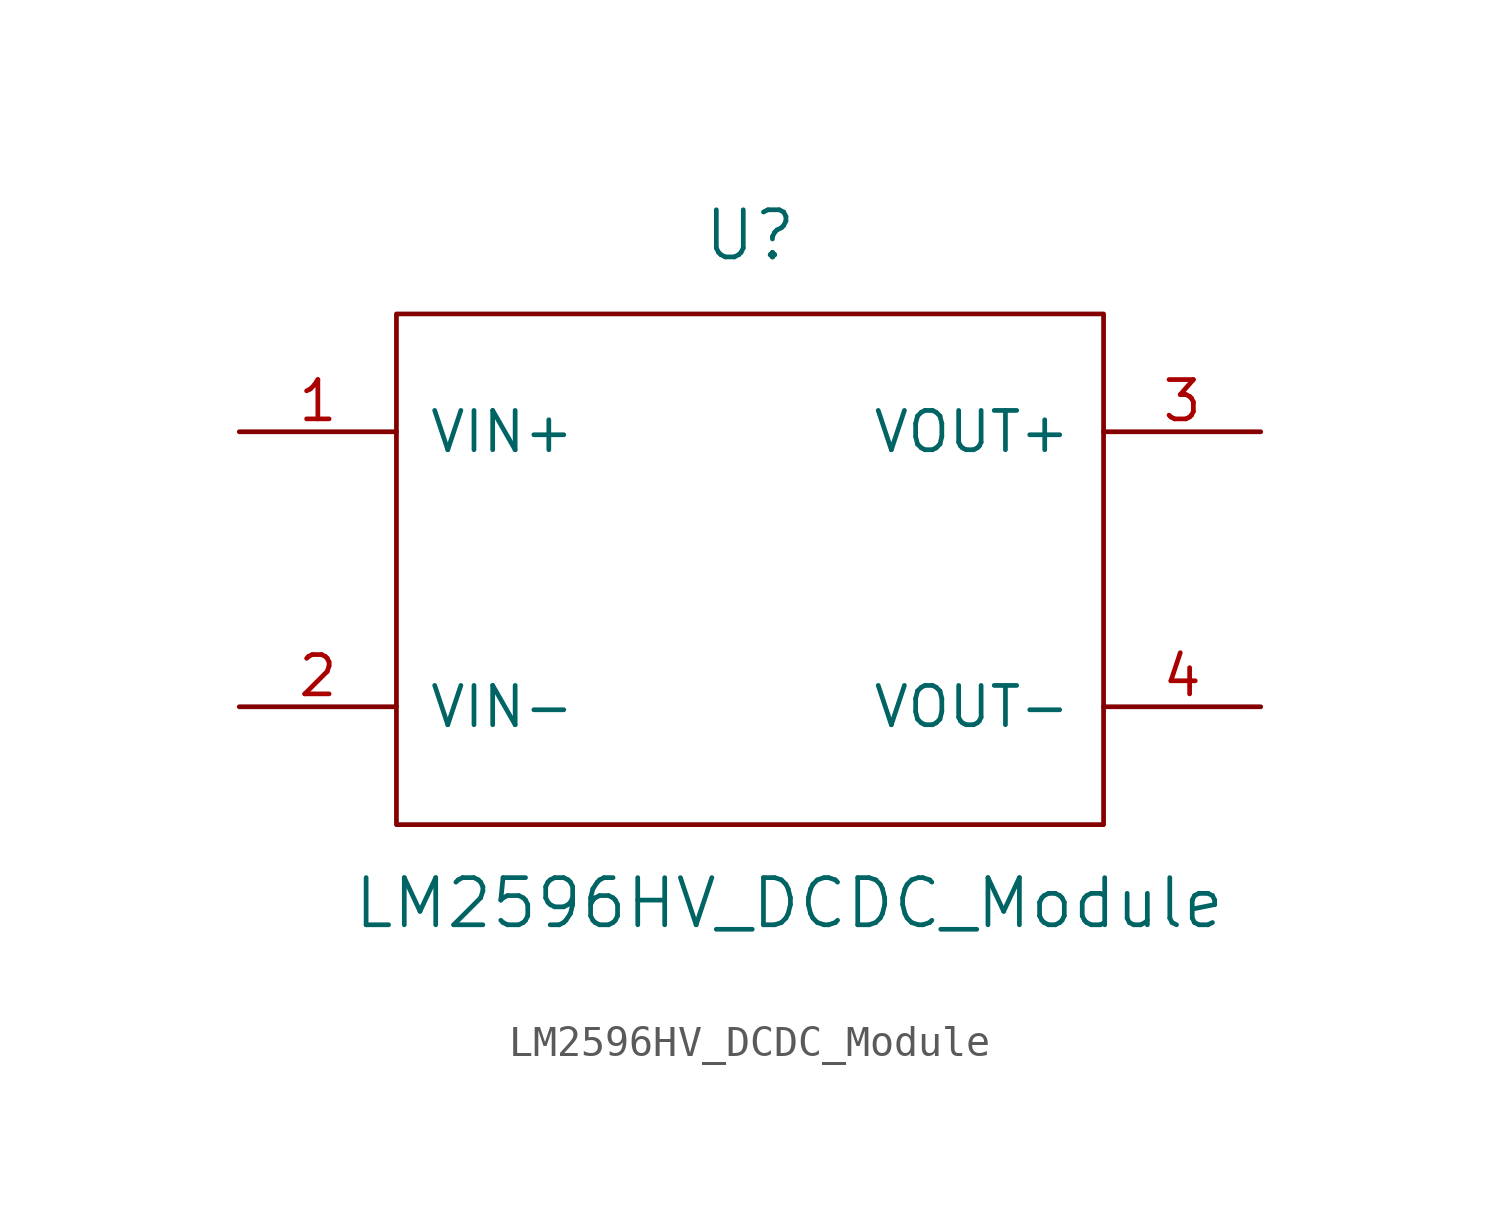
<source format=kicad_sym>
(kicad_symbol_lib
  (version 20220914)
  (generator kicad_symbol_editor)
  (symbol "LM2596HV_DCDC_Module"
    (pin_names
      (offset 1.016))
    (property "Reference" "U"
      (at 0 11.43 0)
      (effects (font (size 1.524 1.524))))
    (property "Value" "LM2596HV_DCDC_Module"
      (at 1.27 -10.16 0)
      (effects (font (size 1.524 1.524))))
    (property "Footprint" ""
      (at 0 0 0)
      (effects (font (size 1.524 1.524))))
    (property "Datasheet" ""
      (at 0 0 0)
      (effects (font (size 1.524 1.524))))
    (symbol "LM2596HV_DCDC_Module_0_1"
      (rectangle (start -11.43 8.89) (end 11.43 -7.62) (stroke (width 0) (type solid)) (fill (type none))))
    (symbol "LM2596HV_DCDC_Module_1_1"
      (pin input line (at -16.51 5.08 0) (length 5.08) (name "VIN+" (effects (font (size 1.27 1.27)))) (number "1" (effects (font (size 1.27 1.27)))))
      (pin input line (at -16.51 -3.81 0) (length 5.08) (name "VIN-" (effects (font (size 1.27 1.27)))) (number "2" (effects (font (size 1.27 1.27)))))
      (pin input line (at 16.51 5.08 180) (length 5.08) (name "VOUT+" (effects (font (size 1.27 1.27)))) (number "3" (effects (font (size 1.27 1.27)))))
      (pin input line (at 16.51 -3.81 180) (length 5.08) (name "VOUT-" (effects (font (size 1.27 1.27)))) (number "4" (effects (font (size 1.27 1.27))))))))
</source>
